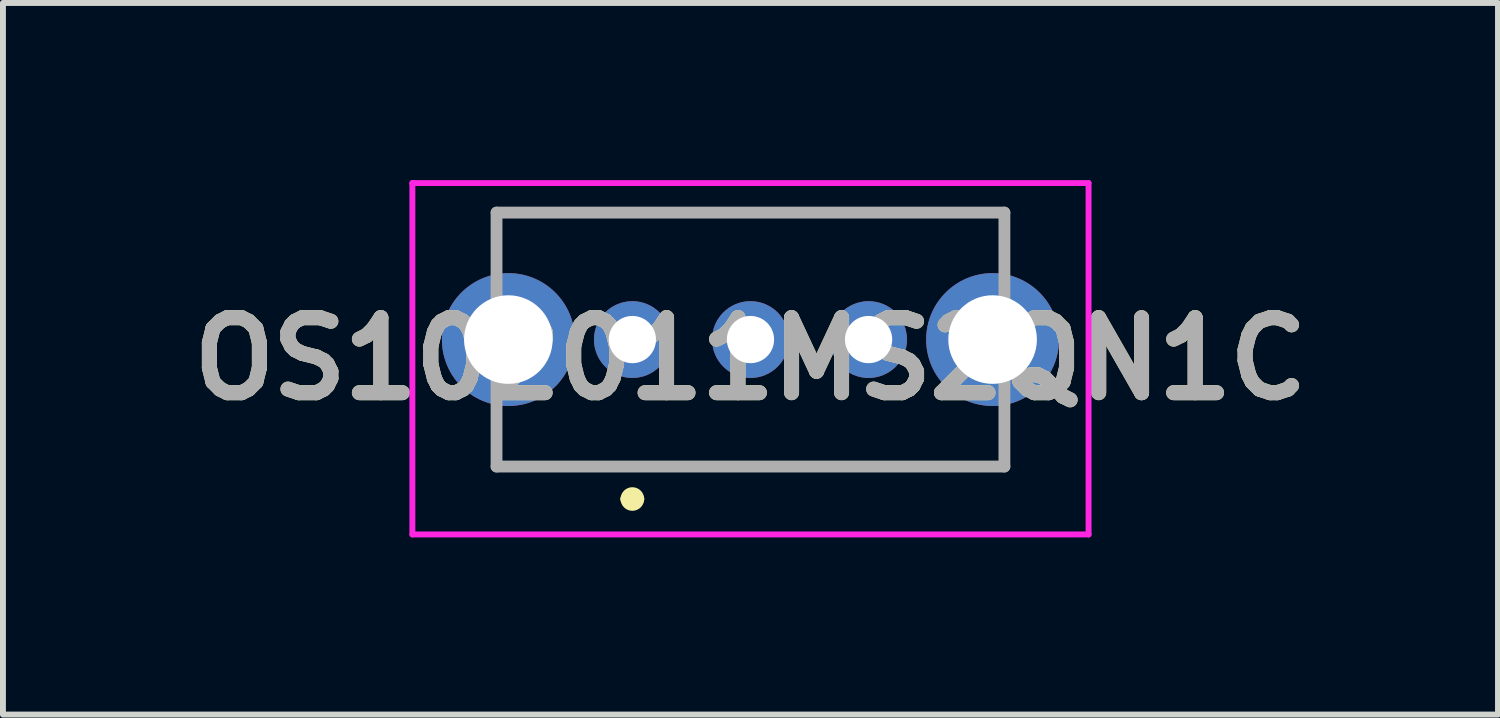
<source format=kicad_pcb>
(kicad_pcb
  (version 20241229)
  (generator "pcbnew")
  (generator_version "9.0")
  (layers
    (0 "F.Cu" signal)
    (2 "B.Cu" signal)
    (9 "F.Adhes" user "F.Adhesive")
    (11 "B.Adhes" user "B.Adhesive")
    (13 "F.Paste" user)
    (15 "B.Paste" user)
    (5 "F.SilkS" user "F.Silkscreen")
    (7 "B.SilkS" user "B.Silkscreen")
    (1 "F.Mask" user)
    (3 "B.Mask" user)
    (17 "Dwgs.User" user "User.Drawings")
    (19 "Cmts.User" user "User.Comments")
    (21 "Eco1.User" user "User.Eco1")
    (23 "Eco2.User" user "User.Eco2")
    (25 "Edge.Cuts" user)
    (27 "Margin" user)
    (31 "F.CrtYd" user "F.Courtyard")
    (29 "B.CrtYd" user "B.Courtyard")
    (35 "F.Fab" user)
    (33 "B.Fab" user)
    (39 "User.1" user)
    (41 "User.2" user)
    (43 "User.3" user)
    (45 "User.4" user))
  (footprint "OS102011MS2QN1C"
    (layer "F.Cu")
    (at 7.658 2.7)
    (property "Reference" "OS102011MS2QN1C" (at 2 0.325 0) (layer "F.SilkS") (effects (font (size 1.27 1.27) (thickness 0.254))))
    (attr through_hole)
    (fp_line (start -2.3 -2.15) (end 6.3 -2.15) (stroke (width 0.1) (type solid)) (layer "F.SilkS"))
    (fp_line (start -2.3 -1.5) (end -2.3 -2.15) (stroke (width 0.1) (type solid)) (layer "F.SilkS"))
    (fp_line (start -2.3 1.5) (end -2.3 2.15) (stroke (width 0.1) (type solid)) (layer "F.SilkS"))
    (fp_line (start -2.3 2.15) (end 6.3 2.15) (stroke (width 0.1) (type solid)) (layer "F.SilkS"))
    (fp_line (start -0.1 2.7) (end -0.1 2.7) (stroke (width 0.2) (type solid)) (layer "F.SilkS"))
    (fp_line (start 0.1 2.7) (end 0.1 2.7) (stroke (width 0.2) (type solid)) (layer "F.SilkS"))
    (fp_line (start 6.3 -2.15) (end 6.3 -1.5) (stroke (width 0.1) (type solid)) (layer "F.SilkS"))
    (fp_line (start 6.3 2.15) (end 6.3 1.5) (stroke (width 0.1) (type solid)) (layer "F.SilkS"))
    (fp_arc (start -0.1 2.7) (mid 0 2.6) (end 0.1 2.7) (stroke (width 0.2) (type solid)) (layer "F.SilkS"))
    (fp_arc (start 0.1 2.7) (mid 0 2.8) (end -0.1 2.7) (stroke (width 0.2) (type solid)) (layer "F.SilkS"))
    (fp_line (start -3.725 -2.65) (end 7.725 -2.65) (stroke (width 0.1) (type solid)) (layer "F.CrtYd"))
    (fp_line (start -3.725 3.3) (end -3.725 -2.65) (stroke (width 0.1) (type solid)) (layer "F.CrtYd"))
    (fp_line (start 7.725 -2.65) (end 7.725 3.3) (stroke (width 0.1) (type solid)) (layer "F.CrtYd"))
    (fp_line (start 7.725 3.3) (end -3.725 3.3) (stroke (width 0.1) (type solid)) (layer "F.CrtYd"))
    (fp_line (start -2.3 -2.15) (end 6.3 -2.15) (stroke (width 0.2) (type solid)) (layer "F.Fab"))
    (fp_line (start -2.3 2.15) (end -2.3 -2.15) (stroke (width 0.2) (type solid)) (layer "F.Fab"))
    (fp_line (start 6.3 -2.15) (end 6.3 2.15) (stroke (width 0.2) (type solid)) (layer "F.Fab"))
    (fp_line (start 6.3 2.15) (end -2.3 2.15) (stroke (width 0.2) (type solid)) (layer "F.Fab"))
    (fp_text user "${REFERENCE}" (at 2 0.325 0) (layer "F.Fab") (effects (font (size 1.27 1.27) (thickness 0.254))))
    (pad "1" thru_hole circle (at 0 0) (size 1.3 1.3) (drill 0.8) (layers "*.Cu" "*.Mask"))
    (pad "2" thru_hole circle (at 2 0) (size 1.3 1.3) (drill 0.8) (layers "*.Cu" "*.Mask"))
    (pad "3" thru_hole circle (at 4 0) (size 1.3 1.3) (drill 0.8) (layers "*.Cu" "*.Mask"))
    (pad "MH1" thru_hole circle (at -2.1 0) (size 2.25 2.25) (drill 1.5) (layers "*.Cu" "*.Mask"))
    (pad "MH2" thru_hole circle (at 6.1 0) (size 2.25 2.25) (drill 1.5) (layers "*.Cu" "*.Mask")))
  (gr_rect
    (start -3 -3)
    (end 22.316 9.05)
    (stroke (width 0.1) (type default))
    (fill no)
    (layer "Edge.Cuts")))
</source>
